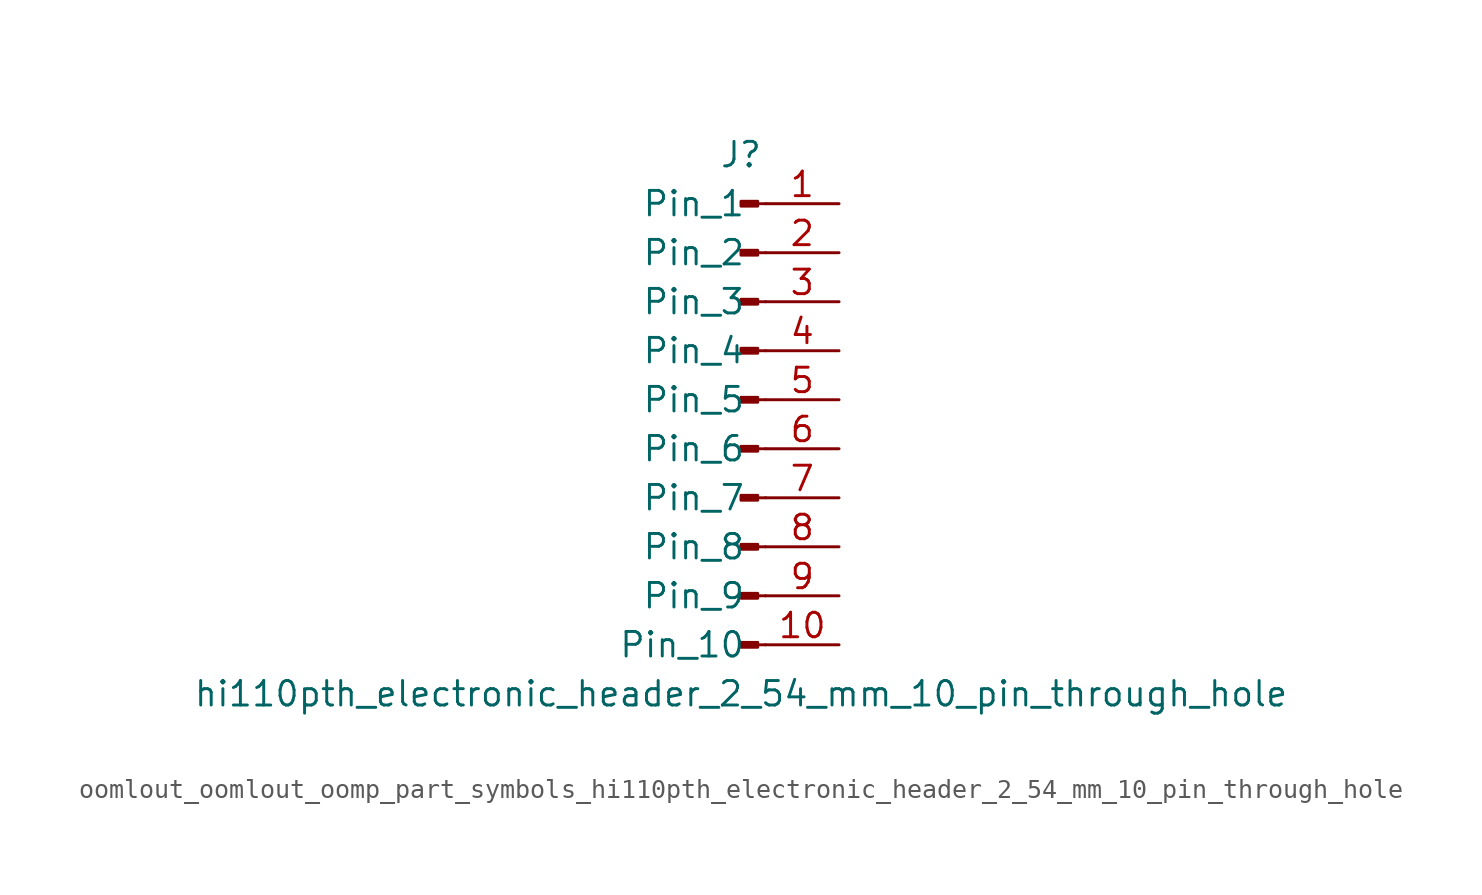
<source format=kicad_sym>
(kicad_symbol_lib
  (version 20220914)
  (generator kicad_symbol_editor)
  (symbol "oomlout_oomlout_oomp_part_symbols_hi110pth_electronic_header_2_54_mm_10_pin_through_hole"
    (pin_names
      (offset 1.016))
    (property "Reference" "J"
      (at 0 12.7 0)
      (effects (font (size 1.27 1.27))))
    (property "Value" "hi110pth_electronic_header_2_54_mm_10_pin_through_hole"
      (at 0 -15.24 0)
      (effects (font (size 1.27 1.27))))
    (property "ki_locked" ""
      (at 0 0 0)
      (effects (font (size 1.27 1.27))))
    (symbol "oomlout_oomlout_oomp_part_symbols_hi110pth_electronic_header_2_54_mm_10_pin_through_hole_1_1"
      (polyline (pts (xy 1.27 -12.7) (xy 0.864 -12.7)) (stroke (width 0.152) (type default)) (fill (type none)))
      (polyline (pts (xy 1.27 -10.16) (xy 0.864 -10.16)) (stroke (width 0.152) (type default)) (fill (type none)))
      (polyline (pts (xy 1.27 -7.62) (xy 0.864 -7.62)) (stroke (width 0.152) (type default)) (fill (type none)))
      (polyline (pts (xy 1.27 -5.08) (xy 0.864 -5.08)) (stroke (width 0.152) (type default)) (fill (type none)))
      (polyline (pts (xy 1.27 -2.54) (xy 0.864 -2.54)) (stroke (width 0.152) (type default)) (fill (type none)))
      (polyline (pts (xy 1.27 0) (xy 0.864 0)) (stroke (width 0.152) (type default)) (fill (type none)))
      (polyline (pts (xy 1.27 2.54) (xy 0.864 2.54)) (stroke (width 0.152) (type default)) (fill (type none)))
      (polyline (pts (xy 1.27 5.08) (xy 0.864 5.08)) (stroke (width 0.152) (type default)) (fill (type none)))
      (polyline (pts (xy 1.27 7.62) (xy 0.864 7.62)) (stroke (width 0.152) (type default)) (fill (type none)))
      (polyline (pts (xy 1.27 10.16) (xy 0.864 10.16)) (stroke (width 0.152) (type default)) (fill (type none)))
      (rectangle (start 0.864 -12.573) (end 0 -12.827) (stroke (width 0.152) (type default)) (fill (type outline)))
      (rectangle (start 0.864 -10.033) (end 0 -10.287) (stroke (width 0.152) (type default)) (fill (type outline)))
      (rectangle (start 0.864 -7.493) (end 0 -7.747) (stroke (width 0.152) (type default)) (fill (type outline)))
      (rectangle (start 0.864 -4.953) (end 0 -5.207) (stroke (width 0.152) (type default)) (fill (type outline)))
      (rectangle (start 0.864 -2.413) (end 0 -2.667) (stroke (width 0.152) (type default)) (fill (type outline)))
      (rectangle (start 0.864 0.127) (end 0 -0.127) (stroke (width 0.152) (type default)) (fill (type outline)))
      (rectangle (start 0.864 2.667) (end 0 2.413) (stroke (width 0.152) (type default)) (fill (type outline)))
      (rectangle (start 0.864 5.207) (end 0 4.953) (stroke (width 0.152) (type default)) (fill (type outline)))
      (rectangle (start 0.864 7.747) (end 0 7.493) (stroke (width 0.152) (type default)) (fill (type outline)))
      (rectangle (start 0.864 10.287) (end 0 10.033) (stroke (width 0.152) (type default)) (fill (type outline)))
      (pin passive line (at 5.08 10.16 180) (length 3.81) (name "Pin_1" (effects (font (size 1.27 1.27)))) (number "1" (effects (font (size 1.27 1.27)))))
      (pin passive line (at 5.08 -12.7 180) (length 3.81) (name "Pin_10" (effects (font (size 1.27 1.27)))) (number "10" (effects (font (size 1.27 1.27)))))
      (pin passive line (at 5.08 7.62 180) (length 3.81) (name "Pin_2" (effects (font (size 1.27 1.27)))) (number "2" (effects (font (size 1.27 1.27)))))
      (pin passive line (at 5.08 5.08 180) (length 3.81) (name "Pin_3" (effects (font (size 1.27 1.27)))) (number "3" (effects (font (size 1.27 1.27)))))
      (pin passive line (at 5.08 2.54 180) (length 3.81) (name "Pin_4" (effects (font (size 1.27 1.27)))) (number "4" (effects (font (size 1.27 1.27)))))
      (pin passive line (at 5.08 0 180) (length 3.81) (name "Pin_5" (effects (font (size 1.27 1.27)))) (number "5" (effects (font (size 1.27 1.27)))))
      (pin passive line (at 5.08 -2.54 180) (length 3.81) (name "Pin_6" (effects (font (size 1.27 1.27)))) (number "6" (effects (font (size 1.27 1.27)))))
      (pin passive line (at 5.08 -5.08 180) (length 3.81) (name "Pin_7" (effects (font (size 1.27 1.27)))) (number "7" (effects (font (size 1.27 1.27)))))
      (pin passive line (at 5.08 -7.62 180) (length 3.81) (name "Pin_8" (effects (font (size 1.27 1.27)))) (number "8" (effects (font (size 1.27 1.27)))))
      (pin passive line (at 5.08 -10.16 180) (length 3.81) (name "Pin_9" (effects (font (size 1.27 1.27)))) (number "9" (effects (font (size 1.27 1.27))))))))
</source>
